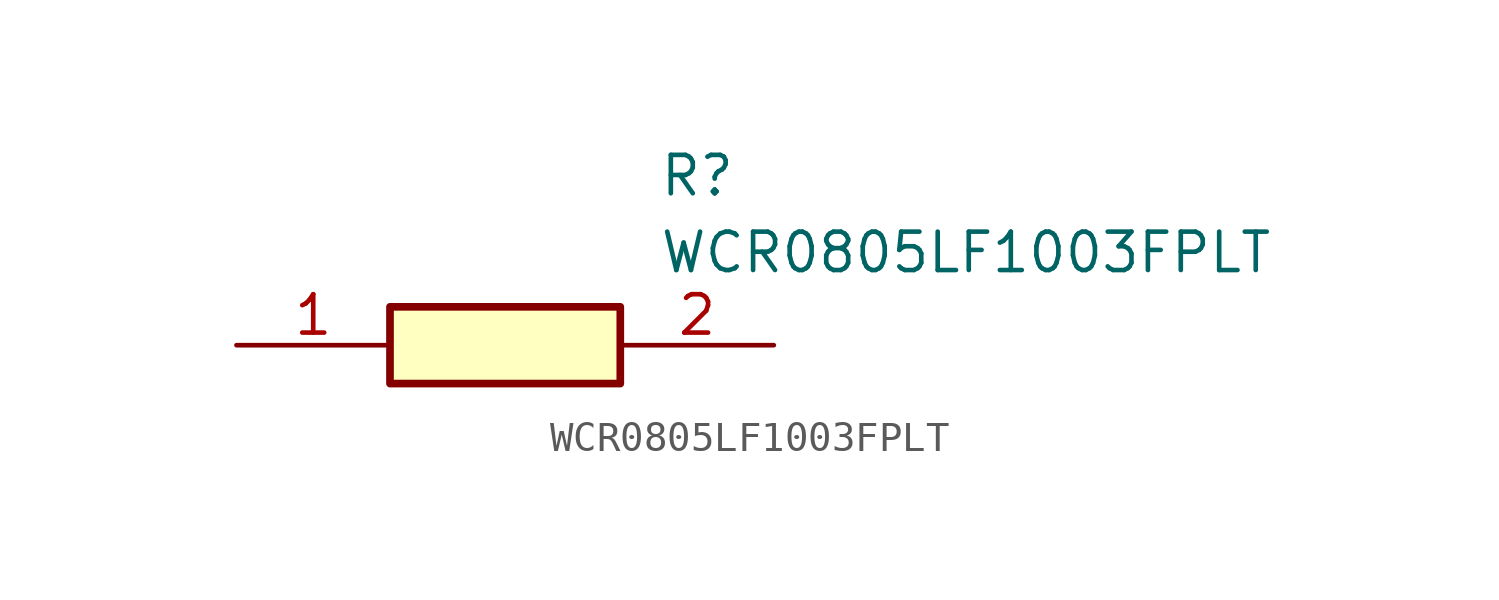
<source format=kicad_sym>
(kicad_symbol_lib
  (version 20211014)
  (generator SamacSys_ECAD_Model)
  (symbol "WCR0805LF1003FPLT"
    (pin_names hide)
    (property "Reference" "R"
      (at 13.97 6.35 0)
      (effects (font (size 1.27 1.27)) (justify left top)))
    (property "Value" "WCR0805LF1003FPLT"
      (at 13.97 3.81 0)
      (effects (font (size 1.27 1.27)) (justify left top)))
    (rectangle
      (start 5.08 1.27)
      (end 12.7 -1.27)
      (stroke (width 0.254) (type default))
      (fill (type background)))
    (pin passive line
      (at 0 0 0)
      (length 5.08)
      (name "1" (effects (font (size 1.27 1.27))))
      (number "1" (effects (font (size 1.27 1.27)))))
    (pin passive line
      (at 17.78 0 180)
      (length 5.08)
      (name "2" (effects (font (size 1.27 1.27))))
      (number "2" (effects (font (size 1.27 1.27)))))))
</source>
